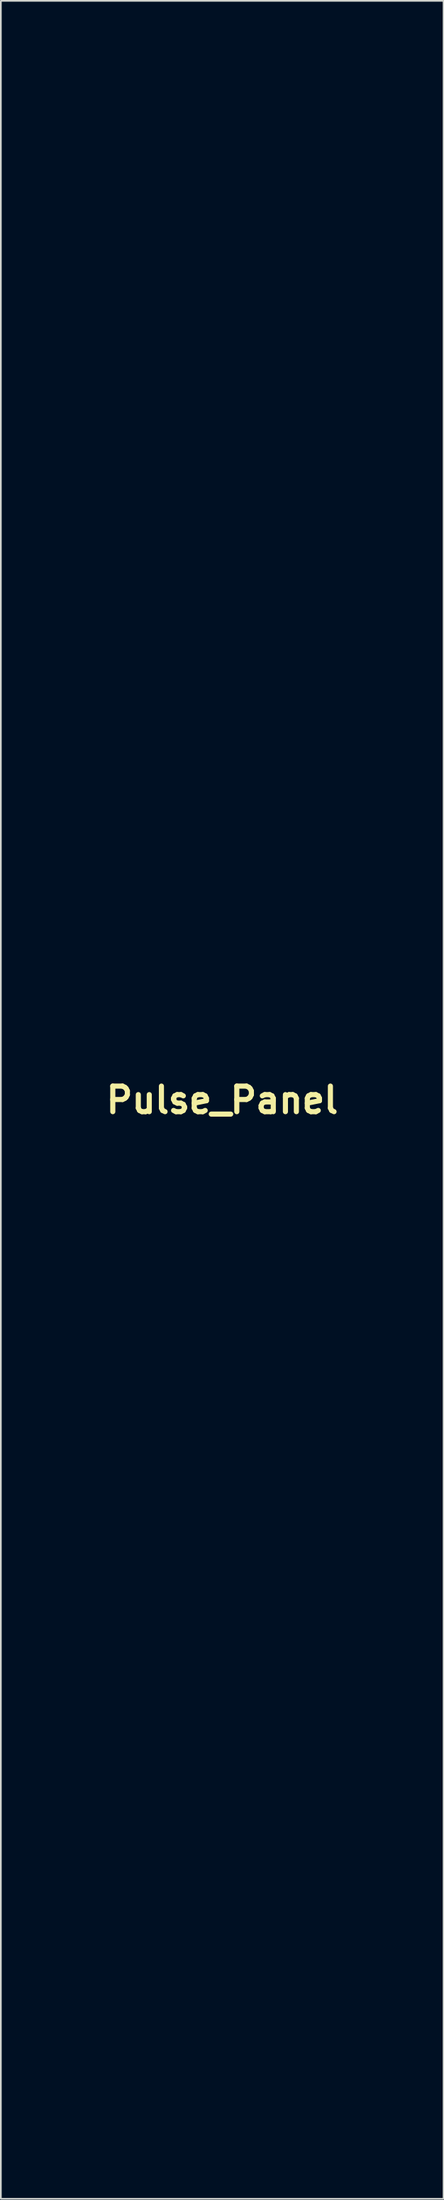
<source format=kicad_pcb>
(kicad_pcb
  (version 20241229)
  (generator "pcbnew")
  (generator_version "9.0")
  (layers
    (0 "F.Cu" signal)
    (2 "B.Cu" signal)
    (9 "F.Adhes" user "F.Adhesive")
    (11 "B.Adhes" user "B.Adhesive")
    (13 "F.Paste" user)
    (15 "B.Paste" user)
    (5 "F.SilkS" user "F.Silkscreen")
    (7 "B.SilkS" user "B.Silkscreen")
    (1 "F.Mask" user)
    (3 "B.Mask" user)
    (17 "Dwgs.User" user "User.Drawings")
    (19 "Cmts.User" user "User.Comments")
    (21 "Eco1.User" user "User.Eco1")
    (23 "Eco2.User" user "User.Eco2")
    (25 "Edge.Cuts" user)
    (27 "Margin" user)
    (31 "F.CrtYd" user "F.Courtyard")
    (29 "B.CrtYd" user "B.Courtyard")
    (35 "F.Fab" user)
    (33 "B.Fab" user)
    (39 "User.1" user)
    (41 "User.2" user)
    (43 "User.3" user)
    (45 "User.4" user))
  (footprint "Pulse_Panel"
    (layer "F.Cu")
    (at 10.005 61.483)
    (property "Reference" "Pulse_Panel" (at 0 0 0) (layer "F.SilkS") (effects (font (size 1.5 1.5) (thickness 0.3))))
    (attr board_only exclude_from_pos_files exclude_from_bom)
    (fp_poly (pts (xy -7.488 20.172) (xy -7.488 20.333) (xy -8.327 20.333) (xy -9.166 20.333) (xy -9.166 20.172) (xy -9.166 20.01) (xy -8.327 20.01) (xy -7.488 20.01)) (stroke (width 0) (type solid)) (fill yes) (layer "F.Mask"))
    (fp_poly (pts (xy -7.488 31.597) (xy -7.488 31.758) (xy -8.327 31.758) (xy -9.166 31.758) (xy -9.166 31.597) (xy -9.166 31.435) (xy -8.327 31.435) (xy -7.488 31.435)) (stroke (width 0) (type solid)) (fill yes) (layer "F.Mask"))
    (fp_poly (pts (xy -6.778 -17.073) (xy -6.778 -16.912) (xy -7.617 -16.912) (xy -8.456 -16.912) (xy -8.456 -17.073) (xy -8.456 -17.235) (xy -7.617 -17.235) (xy -6.778 -17.235)) (stroke (width 0) (type solid)) (fill yes) (layer "F.Mask"))
    (fp_poly (pts (xy -5.809 -10.134) (xy -5.809 -9.973) (xy -6.649 -9.973) (xy -7.488 -9.973) (xy -7.488 -10.134) (xy -7.488 -10.296) (xy -6.649 -10.296) (xy -5.809 -10.296)) (stroke (width 0) (type solid)) (fill yes) (layer "F.Mask"))
    (fp_poly (pts (xy -5.003 -61.257) (xy -5.003 -61.031) (xy -7.504 -61.031) (xy -10.005 -61.031) (xy -10.005 -61.257) (xy -10.005 -61.483) (xy -7.504 -61.483) (xy -5.003 -61.483)) (stroke (width 0) (type solid)) (fill yes) (layer "F.Mask"))
    (fp_poly (pts (xy -5.003 61.225) (xy -5.003 61.451) (xy -7.504 61.451) (xy -10.005 61.451) (xy -10.005 61.225) (xy -10.005 60.999) (xy -7.504 60.999) (xy -5.003 60.999)) (stroke (width 0) (type solid)) (fill yes) (layer "F.Mask"))
    (fp_poly (pts (xy 1.194 31.597) (xy 1.194 32.436) (xy 1.001 32.436) (xy 0.807 32.436) (xy 0.807 31.597) (xy 0.807 30.758) (xy 1.001 30.758) (xy 1.194 30.758)) (stroke (width 0) (type solid)) (fill yes) (layer "F.Mask"))
    (fp_poly (pts (xy 10.005 -61.257) (xy 10.005 -61.031) (xy 4.97 -61.031) (xy -0.065 -61.031) (xy -0.065 -61.257) (xy -0.065 -61.483) (xy 4.97 -61.483) (xy 10.005 -61.483)) (stroke (width 0) (type solid)) (fill yes) (layer "F.Mask"))
    (fp_poly (pts (xy 10.005 61.225) (xy 10.005 61.451) (xy 4.97 61.451) (xy -0.065 61.451) (xy -0.065 61.225) (xy -0.065 60.999) (xy 4.97 60.999) (xy 10.005 60.999)) (stroke (width 0) (type solid)) (fill yes) (layer "F.Mask"))
    (fp_poly (pts (xy -2.001 -30.048) (xy -2.001 -29.37) (xy -1.372 -29.37) (xy -0.742 -29.37) (xy -0.742 -29.208) (xy -0.742 -29.047) (xy -1.565 -29.047) (xy -2.388 -29.047) (xy -2.388 -29.886) (xy -2.388 -30.725) (xy -2.195 -30.725) (xy -2.001 -30.725)) (stroke (width 0) (type solid)) (fill yes) (layer "F.Mask"))
    (fp_poly (pts (xy -0.258 -56.916) (xy -0.258 -56.028) (xy 0.597 -56.028) (xy 1.452 -56.028) (xy 1.452 -55.819) (xy 1.452 -55.609) (xy 0.323 -55.609) (xy -0.807 -55.609) (xy -0.807 -56.706) (xy -0.807 -57.804) (xy -0.533 -57.804) (xy -0.258 -57.804)) (stroke (width 0) (type solid)) (fill yes) (layer "F.Mask"))
    (fp_poly (pts (xy 1.646 -30.048) (xy 1.646 -29.37) (xy 2.275 -29.37) (xy 2.905 -29.37) (xy 2.905 -29.208) (xy 2.905 -29.047) (xy 2.082 -29.047) (xy 1.259 -29.047) (xy 1.259 -29.886) (xy 1.259 -30.725) (xy 1.452 -30.725) (xy 1.646 -30.725)) (stroke (width 0) (type solid)) (fill yes) (layer "F.Mask"))
    (fp_poly (pts (xy -1.678 30.903) (xy -1.678 31.048) (xy -2.066 31.048) (xy -2.453 31.048) (xy -2.453 31.742) (xy -2.453 32.436) (xy -2.647 32.436) (xy -2.84 32.436) (xy -2.84 31.742) (xy -2.84 31.048) (xy -3.227 31.048) (xy -3.615 31.048) (xy -3.615 30.903) (xy -3.615 30.758) (xy -2.647 30.758) (xy -1.678 30.758)) (stroke (width 0) (type solid)) (fill yes) (layer "F.Mask"))
    (fp_poly (pts (xy -1.323 7.149) (xy -1.323 7.294) (xy -1.711 7.294) (xy -2.098 7.294) (xy -2.098 7.988) (xy -2.098 8.682) (xy -2.291 8.682) (xy -2.485 8.682) (xy -2.485 7.988) (xy -2.485 7.294) (xy -2.872 7.294) (xy -3.26 7.294) (xy -3.26 7.149) (xy -3.26 7.004) (xy -2.291 7.004) (xy -1.323 7.004)) (stroke (width 0) (type solid)) (fill yes) (layer "F.Mask"))
    (fp_poly (pts (xy 1.872 19.478) (xy 1.872 19.623) (xy 1.485 19.623) (xy 1.097 19.623) (xy 1.097 20.317) (xy 1.097 21.011) (xy 0.904 21.011) (xy 0.71 21.011) (xy 0.71 20.317) (xy 0.71 19.623) (xy 0.323 19.623) (xy -0.065 19.623) (xy -0.065 19.478) (xy -0.065 19.332) (xy 0.904 19.332) (xy 1.872 19.332)) (stroke (width 0) (type solid)) (fill yes) (layer "F.Mask"))
    (fp_poly (pts (xy -2.582 35.195) (xy -2.582 35.341) (xy -3.244 35.341) (xy -3.905 35.341) (xy -3.905 35.518) (xy -3.905 35.696) (xy -3.518 35.696) (xy -3.131 35.696) (xy -3.131 35.841) (xy -3.131 35.986) (xy -3.518 35.986) (xy -3.905 35.986) (xy -3.905 36.196) (xy -3.905 36.406) (xy -3.227 36.406) (xy -2.55 36.406) (xy -2.55 36.567) (xy -2.55 36.728) (xy -3.421 36.728) (xy -4.293 36.728) (xy -4.293 35.889) (xy -4.293 35.05) (xy -3.437 35.05) (xy -2.582 35.05)) (stroke (width 0) (type solid)) (fill yes) (layer "F.Mask"))
    (fp_poly (pts (xy -0.678 7.326) (xy -0.678 7.649) (xy -0.065 7.649) (xy 0.549 7.649) (xy 0.549 7.326) (xy 0.549 7.004) (xy 0.742 7.004) (xy 0.936 7.004) (xy 0.936 7.843) (xy 0.936 8.682) (xy 0.742 8.682) (xy 0.549 8.682) (xy 0.549 8.311) (xy 0.549 7.94) (xy -0.065 7.94) (xy -0.678 7.94) (xy -0.678 8.311) (xy -0.678 8.682) (xy -0.871 8.682) (xy -1.065 8.682) (xy -1.065 7.843) (xy -1.065 7.004) (xy -0.871 7.004) (xy -0.678 7.004)) (stroke (width 0) (type solid)) (fill yes) (layer "F.Mask"))
    (fp_poly (pts (xy 2.743 -17.573) (xy 2.743 -17.235) (xy 3.082 -17.235) (xy 3.421 -17.235) (xy 3.421 -17.073) (xy 3.421 -16.912) (xy 3.082 -16.912) (xy 2.743 -16.912) (xy 2.743 -16.573) (xy 2.743 -16.234) (xy 2.582 -16.234) (xy 2.421 -16.234) (xy 2.421 -16.573) (xy 2.421 -16.912) (xy 2.082 -16.912) (xy 1.743 -16.912) (xy 1.743 -17.073) (xy 1.743 -17.235) (xy 2.082 -17.235) (xy 2.421 -17.235) (xy 2.421 -17.573) (xy 2.421 -17.912) (xy 2.582 -17.912) (xy 2.743 -17.912)) (stroke (width 0) (type solid)) (fill yes) (layer "F.Mask"))
    (fp_poly (pts (xy 3.841 19.478) (xy 3.841 19.623) (xy 3.179 19.623) (xy 2.517 19.623) (xy 2.517 19.8) (xy 2.517 19.978) (xy 2.905 19.978) (xy 3.292 19.978) (xy 3.292 20.123) (xy 3.292 20.268) (xy 2.905 20.268) (xy 2.517 20.268) (xy 2.517 20.478) (xy 2.517 20.688) (xy 3.195 20.688) (xy 3.873 20.688) (xy 3.873 20.849) (xy 3.873 21.011) (xy 3.002 21.011) (xy 2.13 21.011) (xy 2.13 20.172) (xy 2.13 19.332) (xy 2.985 19.332) (xy 3.841 19.332)) (stroke (width 0) (type solid)) (fill yes) (layer "F.Mask"))
    (fp_poly (pts (xy 6.81 -10.634) (xy 6.81 -10.296) (xy 7.149 -10.296) (xy 7.488 -10.296) (xy 7.488 -10.134) (xy 7.488 -9.973) (xy 7.149 -9.973) (xy 6.81 -9.973) (xy 6.81 -9.634) (xy 6.81 -9.295) (xy 6.649 -9.295) (xy 6.487 -9.295) (xy 6.487 -9.634) (xy 6.487 -9.973) (xy 6.148 -9.973) (xy 5.809 -9.973) (xy 5.809 -10.134) (xy 5.809 -10.296) (xy 6.148 -10.296) (xy 6.487 -10.296) (xy 6.487 -10.634) (xy 6.487 -10.973) (xy 6.649 -10.973) (xy 6.81 -10.973)) (stroke (width 0) (type solid)) (fill yes) (layer "F.Mask"))
    (fp_poly (pts (xy 7.423 -57.61) (xy 7.423 -57.416) (xy 6.519 -57.416) (xy 5.616 -57.416) (xy 5.616 -57.174) (xy 5.616 -56.932) (xy 6.132 -56.932) (xy 6.649 -56.932) (xy 6.649 -56.755) (xy 6.649 -56.577) (xy 6.132 -56.577) (xy 5.616 -56.577) (xy 5.616 -56.303) (xy 5.616 -56.028) (xy 6.536 -56.028) (xy 7.455 -56.028) (xy 7.455 -55.819) (xy 7.455 -55.609) (xy 6.261 -55.609) (xy 5.067 -55.609) (xy 5.067 -56.706) (xy 5.067 -57.804) (xy 6.245 -57.804) (xy 7.423 -57.804)) (stroke (width 0) (type solid)) (fill yes) (layer "F.Mask"))
    (fp_poly (pts (xy 8.488 19.671) (xy 8.488 20.01) (xy 8.827 20.01) (xy 9.166 20.01) (xy 9.166 20.172) (xy 9.166 20.333) (xy 8.827 20.333) (xy 8.488 20.333) (xy 8.488 20.672) (xy 8.488 21.011) (xy 8.327 21.011) (xy 8.165 21.011) (xy 8.165 20.672) (xy 8.165 20.333) (xy 7.827 20.333) (xy 7.488 20.333) (xy 7.488 20.172) (xy 7.488 20.01) (xy 7.827 20.01) (xy 8.165 20.01) (xy 8.165 19.671) (xy 8.165 19.332) (xy 8.327 19.332) (xy 8.488 19.332)) (stroke (width 0) (type solid)) (fill yes) (layer "F.Mask"))
    (fp_poly (pts (xy 8.488 31.096) (xy 8.488 31.435) (xy 8.827 31.435) (xy 9.166 31.435) (xy 9.166 31.597) (xy 9.166 31.758) (xy 8.827 31.758) (xy 8.488 31.758) (xy 8.488 32.097) (xy 8.488 32.436) (xy 8.327 32.436) (xy 8.165 32.436) (xy 8.165 32.097) (xy 8.165 31.758) (xy 7.827 31.758) (xy 7.488 31.758) (xy 7.488 31.597) (xy 7.488 31.435) (xy 7.827 31.435) (xy 8.165 31.435) (xy 8.165 31.096) (xy 8.165 30.758) (xy 8.327 30.758) (xy 8.488 30.758)) (stroke (width 0) (type solid)) (fill yes) (layer "F.Mask"))
    (fp_poly (pts (xy -0.355 35.889) (xy -0.355 36.728) (xy -0.494 36.728) (xy -0.538 36.727) (xy -0.58 36.718) (xy -0.628 36.699) (xy -0.687 36.663) (xy -0.765 36.607) (xy -0.868 36.525) (xy -1.003 36.413) (xy -1.177 36.267) (xy -1.293 36.169) (xy -1.953 35.609) (xy -1.961 36.169) (xy -1.97 36.728) (xy -2.147 36.728) (xy -2.324 36.728) (xy -2.324 35.889) (xy -2.324 35.05) (xy -2.187 35.05) (xy -2.143 35.052) (xy -2.101 35.061) (xy -2.053 35.081) (xy -1.993 35.118) (xy -1.913 35.175) (xy -1.808 35.258) (xy -1.671 35.372) (xy -1.494 35.52) (xy -1.388 35.61) (xy -0.726 36.17) (xy -0.717 35.61) (xy -0.709 35.05) (xy -0.532 35.05) (xy -0.355 35.05)) (stroke (width 0) (type solid)) (fill yes) (layer "F.Mask"))
    (fp_poly (pts (xy -3.613 -17.313) (xy -3.283 -16.714) (xy -3.189 -16.885) (xy -3.139 -16.977) (xy -3.068 -17.11) (xy -2.983 -17.269) (xy -2.894 -17.436) (xy -2.868 -17.485) (xy -2.642 -17.912) (xy -2.447 -17.912) (xy -2.335 -17.908) (xy -2.278 -17.896) (xy -2.269 -17.872) (xy -2.288 -17.834) (xy -2.335 -17.747) (xy -2.404 -17.619) (xy -2.491 -17.457) (xy -2.593 -17.27) (xy -2.706 -17.064) (xy -2.718 -17.041) (xy -3.151 -16.25) (xy -3.294 -16.241) (xy -3.437 -16.231) (xy -3.905 -17.045) (xy -4.025 -17.254) (xy -4.134 -17.444) (xy -4.228 -17.61) (xy -4.304 -17.743) (xy -4.357 -17.836) (xy -4.382 -17.883) (xy -4.384 -17.886) (xy -4.36 -17.899) (xy -4.287 -17.908) (xy -4.18 -17.912) (xy -4.169 -17.912) (xy -3.944 -17.912)) (stroke (width 0) (type solid)) (fill yes) (layer "F.Mask"))
    (fp_poly (pts (xy -0.354 -30.126) (xy -0.023 -29.527) (xy 0.071 -29.698) (xy 0.121 -29.79) (xy 0.192 -29.923) (xy 0.277 -30.082) (xy 0.366 -30.249) (xy 0.391 -30.298) (xy 0.618 -30.725) (xy 0.812 -30.725) (xy 0.925 -30.721) (xy 0.982 -30.709) (xy 0.991 -30.685) (xy 0.971 -30.647) (xy 0.925 -30.56) (xy 0.856 -30.432) (xy 0.768 -30.27) (xy 0.666 -30.083) (xy 0.554 -29.877) (xy 0.541 -29.854) (xy 0.108 -29.063) (xy -0.035 -29.054) (xy -0.178 -29.044) (xy -0.646 -29.858) (xy -0.765 -30.067) (xy -0.874 -30.257) (xy -0.969 -30.423) (xy -1.044 -30.556) (xy -1.097 -30.649) (xy -1.123 -30.696) (xy -1.124 -30.699) (xy -1.1 -30.712) (xy -1.027 -30.721) (xy -0.92 -30.725) (xy -0.91 -30.725) (xy -0.684 -30.725)) (stroke (width 0) (type solid)) (fill yes) (layer "F.Mask"))
    (fp_poly (pts (xy 6.585 -17.313) (xy 6.916 -16.714) (xy 7.01 -16.885) (xy 7.06 -16.977) (xy 7.131 -17.11) (xy 7.216 -17.269) (xy 7.305 -17.436) (xy 7.33 -17.485) (xy 7.557 -17.912) (xy 7.751 -17.912) (xy 7.864 -17.908) (xy 7.921 -17.896) (xy 7.93 -17.872) (xy 7.91 -17.834) (xy 7.864 -17.747) (xy 7.795 -17.619) (xy 7.707 -17.457) (xy 7.605 -17.27) (xy 7.493 -17.064) (xy 7.48 -17.041) (xy 7.047 -16.25) (xy 6.904 -16.241) (xy 6.761 -16.231) (xy 6.293 -17.045) (xy 6.174 -17.254) (xy 6.065 -17.444) (xy 5.97 -17.61) (xy 5.895 -17.743) (xy 5.842 -17.836) (xy 5.816 -17.883) (xy 5.815 -17.886) (xy 5.839 -17.899) (xy 5.912 -17.908) (xy 6.019 -17.912) (xy 6.029 -17.912) (xy 6.255 -17.912)) (stroke (width 0) (type solid)) (fill yes) (layer "F.Mask"))
    (fp_poly (pts (xy -0.761 19.333) (xy -0.565 19.334) (xy -0.092 20.173) (xy 0.381 21.011) (xy 0.159 21.011) (xy -0.064 21.011) (xy -0.161 20.817) (xy -0.259 20.623) (xy -0.785 20.623) (xy -1.311 20.623) (xy -1.404 20.817) (xy -1.496 21.011) (xy -1.698 21.011) (xy -1.9 21.011) (xy -1.641 20.551) (xy -1.531 20.355) (xy -1.505 20.308) (xy -1.124 20.308) (xy -1.099 20.318) (xy -1.021 20.326) (xy -0.904 20.331) (xy -0.779 20.333) (xy -0.423 20.333) (xy -0.571 20.051) (xy -0.638 19.925) (xy -0.698 19.82) (xy -0.741 19.748) (xy -0.756 19.728) (xy -0.78 19.723) (xy -0.816 19.756) (xy -0.868 19.835) (xy -0.941 19.964) (xy -0.953 19.986) (xy -1.02 20.111) (xy -1.076 20.216) (xy -1.113 20.286) (xy -1.124 20.308) (xy -1.505 20.308) (xy -1.411 20.141) (xy -1.293 19.932) (xy -1.191 19.75) (xy -1.17 19.712) (xy -0.957 19.332)) (stroke (width 0) (type solid)) (fill yes) (layer "F.Mask"))
    (fp_poly (pts (xy -3.389 -56.916) (xy -3.389 -56.028) (xy -2.647 -56.028) (xy -1.904 -56.028) (xy -1.904 -56.916) (xy -1.904 -57.804) (xy -1.63 -57.804) (xy -1.356 -57.804) (xy -1.356 -56.843) (xy -1.356 -56.567) (xy -1.357 -56.348) (xy -1.359 -56.179) (xy -1.363 -56.051) (xy -1.369 -55.957) (xy -1.378 -55.89) (xy -1.39 -55.841) (xy -1.405 -55.805) (xy -1.419 -55.78) (xy -1.513 -55.683) (xy -1.604 -55.643) (xy -1.674 -55.633) (xy -1.802 -55.625) (xy -1.981 -55.618) (xy -2.204 -55.613) (xy -2.464 -55.611) (xy -2.663 -55.611) (xy -2.947 -55.612) (xy -3.173 -55.614) (xy -3.35 -55.618) (xy -3.485 -55.624) (xy -3.584 -55.632) (xy -3.655 -55.643) (xy -3.706 -55.657) (xy -3.717 -55.661) (xy -3.776 -55.688) (xy -3.824 -55.72) (xy -3.861 -55.763) (xy -3.889 -55.825) (xy -3.909 -55.911) (xy -3.923 -56.03) (xy -3.931 -56.188) (xy -3.936 -56.392) (xy -3.937 -56.648) (xy -3.937 -56.864) (xy -3.937 -57.804) (xy -3.663 -57.804) (xy -3.389 -57.804)) (stroke (width 0) (type solid)) (fill yes) (layer "F.Mask"))
    (fp_poly (pts (xy 3.214 35.057) (xy 3.47 35.06) (xy 3.67 35.063) (xy 3.821 35.067) (xy 3.931 35.072) (xy 4.008 35.08) (xy 4.06 35.09) (xy 4.095 35.104) (xy 4.121 35.123) (xy 4.138 35.14) (xy 4.163 35.166) (xy 4.181 35.197) (xy 4.194 35.239) (xy 4.203 35.304) (xy 4.208 35.399) (xy 4.211 35.535) (xy 4.212 35.719) (xy 4.212 35.889) (xy 4.212 36.115) (xy 4.21 36.285) (xy 4.207 36.408) (xy 4.201 36.494) (xy 4.191 36.552) (xy 4.177 36.591) (xy 4.157 36.619) (xy 4.138 36.639) (xy 4.114 36.661) (xy 4.087 36.678) (xy 4.048 36.691) (xy 3.99 36.701) (xy 3.905 36.708) (xy 3.785 36.713) (xy 3.622 36.716) (xy 3.408 36.72) (xy 3.214 36.722) (xy 2.363 36.731) (xy 2.271 36.652) (xy 2.179 36.573) (xy 2.179 35.889) (xy 2.179 35.873) (xy 2.55 35.873) (xy 2.55 36.406) (xy 3.195 36.406) (xy 3.841 36.406) (xy 3.841 35.873) (xy 3.841 35.341) (xy 3.195 35.341) (xy 2.55 35.341) (xy 2.55 35.873) (xy 2.179 35.873) (xy 2.179 35.206) (xy 2.271 35.126) (xy 2.363 35.047)) (stroke (width 0) (type solid)) (fill yes) (layer "F.Mask"))
    (fp_poly (pts (xy -5.26 -17.91) (xy -5.055 -17.906) (xy -4.904 -17.898) (xy -4.803 -17.887) (xy -4.746 -17.871) (xy -4.744 -17.871) (xy -4.67 -17.8) (xy -4.615 -17.682) (xy -4.587 -17.534) (xy -4.585 -17.487) (xy -4.587 -17.42) (xy -4.605 -17.377) (xy -4.651 -17.35) (xy -4.739 -17.33) (xy -4.849 -17.313) (xy -5.003 -17.292) (xy -5.003 -17.457) (xy -5.003 -17.622) (xy -5.519 -17.622) (xy -6.035 -17.622) (xy -6.035 -17.089) (xy -6.035 -16.557) (xy -5.519 -16.557) (xy -5.003 -16.557) (xy -5.003 -16.737) (xy -5.003 -16.917) (xy -4.865 -16.894) (xy -4.73 -16.868) (xy -4.646 -16.839) (xy -4.602 -16.798) (xy -4.586 -16.736) (xy -4.585 -16.679) (xy -4.603 -16.512) (xy -4.65 -16.378) (xy -4.721 -16.291) (xy -4.744 -16.276) (xy -4.799 -16.26) (xy -4.898 -16.249) (xy -5.047 -16.241) (xy -5.25 -16.236) (xy -5.512 -16.235) (xy -5.525 -16.235) (xy -5.755 -16.235) (xy -5.929 -16.236) (xy -6.057 -16.238) (xy -6.147 -16.244) (xy -6.21 -16.253) (xy -6.252 -16.267) (xy -6.285 -16.287) (xy -6.316 -16.312) (xy -6.406 -16.39) (xy -6.406 -17.073) (xy -6.406 -17.757) (xy -6.316 -17.834) (xy -6.285 -17.86) (xy -6.252 -17.879) (xy -6.209 -17.893) (xy -6.147 -17.902) (xy -6.056 -17.908) (xy -5.928 -17.911) (xy -5.753 -17.912) (xy -5.525 -17.912)) (stroke (width 0) (type solid)) (fill yes) (layer "F.Mask"))
    (fp_poly (pts (xy -0.321 30.759) (xy -0.104 30.762) (xy 0.063 30.769) (xy 0.188 30.782) (xy 0.276 30.8) (xy 0.335 30.824) (xy 0.374 30.857) (xy 0.397 30.899) (xy 0.4 30.904) (xy 0.409 30.962) (xy 0.415 31.067) (xy 0.419 31.199) (xy 0.419 31.341) (xy 0.416 31.474) (xy 0.409 31.58) (xy 0.4 31.642) (xy 0.4 31.644) (xy 0.341 31.712) (xy 0.232 31.761) (xy 0.086 31.787) (xy 0.01 31.79) (xy -0.176 31.79) (xy -0.049 31.895) (xy 0.031 31.961) (xy 0.144 32.053) (xy 0.271 32.156) (xy 0.347 32.218) (xy 0.617 32.436) (xy 0.331 32.436) (xy 0.046 32.436) (xy -0.297 32.113) (xy -0.64 31.79) (xy -0.82 31.79) (xy -1.001 31.79) (xy -1.001 32.113) (xy -1.001 32.436) (xy -1.194 32.436) (xy -1.388 32.436) (xy -1.388 31.597) (xy -1.388 31.274) (xy -1.001 31.274) (xy -1.001 31.5) (xy -0.523 31.5) (xy -0.305 31.498) (xy -0.148 31.49) (xy -0.049 31.478) (xy -0.006 31.461) (xy 0.017 31.407) (xy 0.031 31.316) (xy 0.032 31.274) (xy 0.024 31.176) (xy 0.004 31.103) (xy -0.006 31.087) (xy -0.053 31.069) (xy -0.155 31.057) (xy -0.315 31.05) (xy -0.523 31.048) (xy -1.001 31.048) (xy -1.001 31.274) (xy -1.388 31.274) (xy -1.388 30.758) (xy -0.595 30.758)) (stroke (width 0) (type solid)) (fill yes) (layer "F.Mask"))
    (fp_poly (pts (xy 2.358 7.005) (xy 2.575 7.008) (xy 2.742 7.015) (xy 2.866 7.028) (xy 2.955 7.046) (xy 3.014 7.07) (xy 3.052 7.103) (xy 3.076 7.145) (xy 3.078 7.15) (xy 3.088 7.208) (xy 3.094 7.313) (xy 3.097 7.445) (xy 3.098 7.587) (xy 3.094 7.72) (xy 3.088 7.826) (xy 3.079 7.888) (xy 3.078 7.89) (xy 3.02 7.958) (xy 2.911 8.007) (xy 2.764 8.033) (xy 2.689 8.036) (xy 2.503 8.036) (xy 2.629 8.141) (xy 2.71 8.207) (xy 2.822 8.299) (xy 2.95 8.402) (xy 3.026 8.464) (xy 3.296 8.682) (xy 3.01 8.682) (xy 2.724 8.682) (xy 2.382 8.359) (xy 2.039 8.036) (xy 1.859 8.036) (xy 1.678 8.036) (xy 1.678 8.359) (xy 1.678 8.682) (xy 1.485 8.682) (xy 1.291 8.682) (xy 1.291 7.843) (xy 1.291 7.52) (xy 1.678 7.52) (xy 1.678 7.746) (xy 2.156 7.746) (xy 2.374 7.744) (xy 2.531 7.736) (xy 2.629 7.724) (xy 2.672 7.707) (xy 2.696 7.653) (xy 2.71 7.562) (xy 2.711 7.52) (xy 2.703 7.422) (xy 2.683 7.349) (xy 2.672 7.333) (xy 2.626 7.315) (xy 2.524 7.303) (xy 2.364 7.296) (xy 2.156 7.294) (xy 1.678 7.294) (xy 1.678 7.52) (xy 1.291 7.52) (xy 1.291 7.004) (xy 2.083 7.004)) (stroke (width 0) (type solid)) (fill yes) (layer "F.Mask"))
    (fp_poly (pts (xy 4.939 -17.91) (xy 5.144 -17.906) (xy 5.295 -17.898) (xy 5.396 -17.887) (xy 5.453 -17.871) (xy 5.454 -17.871) (xy 5.529 -17.8) (xy 5.584 -17.682) (xy 5.612 -17.534) (xy 5.614 -17.487) (xy 5.612 -17.42) (xy 5.594 -17.377) (xy 5.547 -17.35) (xy 5.46 -17.33) (xy 5.349 -17.313) (xy 5.196 -17.292) (xy 5.196 -17.457) (xy 5.196 -17.622) (xy 4.68 -17.622) (xy 4.163 -17.622) (xy 4.163 -17.089) (xy 4.163 -16.557) (xy 4.68 -16.557) (xy 5.196 -16.557) (xy 5.196 -16.737) (xy 5.196 -16.917) (xy 5.333 -16.894) (xy 5.469 -16.868) (xy 5.553 -16.839) (xy 5.597 -16.798) (xy 5.613 -16.736) (xy 5.614 -16.679) (xy 5.596 -16.512) (xy 5.549 -16.378) (xy 5.478 -16.291) (xy 5.454 -16.276) (xy 5.4 -16.26) (xy 5.3 -16.249) (xy 5.152 -16.241) (xy 4.949 -16.236) (xy 4.687 -16.235) (xy 4.674 -16.235) (xy 4.444 -16.235) (xy 4.269 -16.236) (xy 4.142 -16.238) (xy 4.051 -16.244) (xy 3.989 -16.253) (xy 3.946 -16.267) (xy 3.914 -16.287) (xy 3.883 -16.312) (xy 3.792 -16.39) (xy 3.792 -17.073) (xy 3.792 -17.757) (xy 3.883 -17.834) (xy 3.914 -17.86) (xy 3.947 -17.879) (xy 3.99 -17.893) (xy 4.052 -17.902) (xy 4.143 -17.908) (xy 4.271 -17.911) (xy 4.446 -17.912) (xy 4.674 -17.912)) (stroke (width 0) (type solid)) (fill yes) (layer "F.Mask"))
    (fp_poly (pts (xy 5.65 35.051) (xy 5.867 35.055) (xy 6.034 35.062) (xy 6.158 35.074) (xy 6.247 35.092) (xy 6.306 35.117) (xy 6.344 35.15) (xy 6.368 35.191) (xy 6.37 35.197) (xy 6.38 35.255) (xy 6.386 35.359) (xy 6.389 35.491) (xy 6.39 35.633) (xy 6.386 35.766) (xy 6.38 35.873) (xy 6.371 35.934) (xy 6.37 35.936) (xy 6.312 36.004) (xy 6.203 36.054) (xy 6.056 36.08) (xy 5.981 36.083) (xy 5.795 36.083) (xy 5.921 36.188) (xy 6.002 36.254) (xy 6.114 36.346) (xy 6.242 36.449) (xy 6.318 36.51) (xy 6.588 36.728) (xy 6.302 36.728) (xy 6.016 36.728) (xy 5.674 36.406) (xy 5.331 36.083) (xy 5.151 36.083) (xy 4.97 36.083) (xy 4.97 36.406) (xy 4.97 36.728) (xy 4.777 36.728) (xy 4.583 36.728) (xy 4.583 35.889) (xy 4.583 35.566) (xy 4.97 35.566) (xy 4.97 35.792) (xy 5.448 35.792) (xy 5.666 35.79) (xy 5.823 35.783) (xy 5.921 35.77) (xy 5.964 35.754) (xy 5.988 35.7) (xy 6.002 35.609) (xy 6.003 35.566) (xy 5.995 35.469) (xy 5.975 35.396) (xy 5.964 35.379) (xy 5.918 35.362) (xy 5.816 35.35) (xy 5.656 35.343) (xy 5.448 35.341) (xy 4.97 35.341) (xy 4.97 35.566) (xy 4.583 35.566) (xy 4.583 35.05) (xy 5.375 35.05)) (stroke (width 0) (type solid)) (fill yes) (layer "F.Mask"))
    (fp_poly (pts (xy -6.076 -58.287) (xy -5.756 -58.287) (xy -5.494 -58.286) (xy -5.284 -58.284) (xy -5.118 -58.281) (xy -4.99 -58.277) (xy -4.894 -58.271) (xy -4.822 -58.263) (xy -4.768 -58.252) (xy -4.725 -58.239) (xy -4.69 -58.225) (xy -4.601 -58.178) (xy -4.536 -58.121) (xy -4.49 -58.046) (xy -4.461 -57.941) (xy -4.445 -57.797) (xy -4.438 -57.604) (xy -4.438 -57.481) (xy -4.441 -57.258) (xy -4.451 -57.09) (xy -4.473 -56.966) (xy -4.51 -56.877) (xy -4.565 -56.812) (xy -4.641 -56.761) (xy -4.69 -56.737) (xy -4.734 -56.719) (xy -4.784 -56.705) (xy -4.848 -56.694) (xy -4.934 -56.686) (xy -5.049 -56.681) (xy -5.202 -56.677) (xy -5.4 -56.676) (xy -5.652 -56.675) (xy -5.769 -56.675) (xy -6.713 -56.674) (xy -6.713 -56.141) (xy -6.713 -55.609) (xy -7.02 -55.609) (xy -7.326 -55.609) (xy -7.326 -56.948) (xy -7.326 -57.481) (xy -6.713 -57.481) (xy -6.713 -57.123) (xy -5.924 -57.132) (xy -5.659 -57.136) (xy -5.452 -57.142) (xy -5.298 -57.149) (xy -5.191 -57.158) (xy -5.124 -57.17) (xy -5.093 -57.184) (xy -5.093 -57.184) (xy -5.07 -57.24) (xy -5.056 -57.339) (xy -5.05 -57.462) (xy -5.053 -57.588) (xy -5.065 -57.697) (xy -5.085 -57.767) (xy -5.093 -57.778) (xy -5.124 -57.792) (xy -5.19 -57.804) (xy -5.297 -57.813) (xy -5.45 -57.82) (xy -5.657 -57.825) (xy -5.921 -57.829) (xy -5.924 -57.829) (xy -6.713 -57.839) (xy -6.713 -57.481) (xy -7.326 -57.481) (xy -7.326 -58.288)) (stroke (width 0) (type solid)) (fill yes) (layer "F.Mask"))
    (fp_poly (pts (xy -2.824 19.333) (xy -2.61 19.336) (xy -2.446 19.344) (xy -2.325 19.357) (xy -2.238 19.378) (xy -2.179 19.407) (xy -2.141 19.447) (xy -2.115 19.5) (xy -2.1 19.55) (xy -2.075 19.64) (xy -2.068 19.699) (xy -2.088 19.736) (xy -2.145 19.761) (xy -2.249 19.783) (xy -2.364 19.803) (xy -2.443 19.813) (xy -2.477 19.799) (xy -2.485 19.748) (xy -2.485 19.723) (xy -2.485 19.623) (xy -3.082 19.623) (xy -3.679 19.623) (xy -3.679 20.155) (xy -3.679 20.688) (xy -3.082 20.688) (xy -2.485 20.688) (xy -2.485 20.51) (xy -2.485 20.333) (xy -2.792 20.333) (xy -3.098 20.333) (xy -3.098 20.188) (xy -3.098 20.042) (xy -2.578 20.042) (xy -2.058 20.042) (xy -2.073 20.422) (xy -2.081 20.577) (xy -2.092 20.712) (xy -2.103 20.811) (xy -2.113 20.859) (xy -2.138 20.903) (xy -2.175 20.939) (xy -2.232 20.965) (xy -2.315 20.985) (xy -2.433 20.998) (xy -2.593 21.006) (xy -2.801 21.009) (xy -3.066 21.011) (xy -3.095 21.011) (xy -3.338 21.011) (xy -3.525 21.01) (xy -3.664 21.007) (xy -3.765 21.002) (xy -3.835 20.994) (xy -3.882 20.983) (xy -3.917 20.966) (xy -3.946 20.945) (xy -3.96 20.933) (xy -4.05 20.855) (xy -4.05 20.172) (xy -4.05 19.488) (xy -3.96 19.41) (xy -3.93 19.386) (xy -3.899 19.367) (xy -3.859 19.353) (xy -3.8 19.344) (xy -3.715 19.338) (xy -3.594 19.334) (xy -3.43 19.333) (xy -3.214 19.332) (xy -3.095 19.332)) (stroke (width 0) (type solid)) (fill yes) (layer "F.Mask"))
    (fp_poly (pts (xy 2.792 30.758) (xy 3.005 30.762) (xy 3.169 30.769) (xy 3.291 30.782) (xy 3.377 30.803) (xy 3.436 30.832) (xy 3.475 30.873) (xy 3.5 30.925) (xy 3.516 30.975) (xy 3.541 31.065) (xy 3.548 31.124) (xy 3.527 31.162) (xy 3.47 31.187) (xy 3.367 31.208) (xy 3.252 31.228) (xy 3.173 31.238) (xy 3.139 31.224) (xy 3.131 31.174) (xy 3.131 31.148) (xy 3.131 31.048) (xy 2.534 31.048) (xy 1.936 31.048) (xy 1.936 31.581) (xy 1.936 32.113) (xy 2.534 32.113) (xy 3.131 32.113) (xy 3.131 31.936) (xy 3.131 31.758) (xy 2.824 31.758) (xy 2.517 31.758) (xy 2.517 31.613) (xy 2.517 31.468) (xy 3.038 31.468) (xy 3.558 31.468) (xy 3.543 31.847) (xy 3.534 32.002) (xy 3.524 32.137) (xy 3.512 32.236) (xy 3.502 32.284) (xy 3.477 32.329) (xy 3.44 32.364) (xy 3.384 32.39) (xy 3.3 32.41) (xy 3.182 32.423) (xy 3.023 32.431) (xy 2.814 32.435) (xy 2.55 32.436) (xy 2.521 32.436) (xy 2.278 32.436) (xy 2.091 32.435) (xy 1.951 32.432) (xy 1.851 32.428) (xy 1.781 32.42) (xy 1.733 32.408) (xy 1.699 32.392) (xy 1.67 32.37) (xy 1.656 32.358) (xy 1.565 32.28) (xy 1.565 31.597) (xy 1.565 30.913) (xy 1.656 30.835) (xy 1.686 30.811) (xy 1.717 30.792) (xy 1.757 30.779) (xy 1.816 30.769) (xy 1.901 30.763) (xy 2.022 30.76) (xy 2.186 30.758) (xy 2.402 30.758) (xy 2.521 30.758)) (stroke (width 0) (type solid)) (fill yes) (layer "F.Mask"))
    (fp_poly (pts (xy -5.577 35.057) (xy -5.512 35.058) (xy -5.263 35.061) (xy -5.072 35.067) (xy -4.929 35.077) (xy -4.827 35.094) (xy -4.758 35.12) (xy -4.714 35.157) (xy -4.687 35.209) (xy -4.67 35.277) (xy -4.662 35.316) (xy -4.655 35.388) (xy -4.672 35.436) (xy -4.724 35.47) (xy -4.822 35.499) (xy -4.898 35.516) (xy -4.969 35.528) (xy -4.997 35.508) (xy -5.003 35.444) (xy -5.003 35.44) (xy -5.003 35.341) (xy -5.551 35.341) (xy -6.1 35.341) (xy -6.1 35.534) (xy -6.1 35.728) (xy -5.468 35.728) (xy -4.836 35.728) (xy -4.742 35.822) (xy -4.697 35.871) (xy -4.669 35.918) (xy -4.654 35.98) (xy -4.649 36.075) (xy -4.648 36.208) (xy -4.653 36.393) (xy -4.672 36.525) (xy -4.707 36.615) (xy -4.762 36.672) (xy -4.798 36.693) (xy -4.864 36.707) (xy -4.981 36.718) (xy -5.138 36.725) (xy -5.322 36.729) (xy -5.522 36.73) (xy -5.726 36.728) (xy -5.92 36.722) (xy -6.095 36.714) (xy -6.236 36.702) (xy -6.333 36.688) (xy -6.366 36.678) (xy -6.44 36.611) (xy -6.473 36.542) (xy -6.499 36.417) (xy -6.507 36.341) (xy -6.489 36.3) (xy -6.434 36.28) (xy -6.334 36.265) (xy -6.302 36.261) (xy -6.203 36.249) (xy -6.153 36.253) (xy -6.135 36.276) (xy -6.132 36.322) (xy -6.132 36.406) (xy -5.567 36.406) (xy -5.003 36.406) (xy -5.003 36.228) (xy -5.003 36.051) (xy -5.608 36.05) (xy -5.847 36.049) (xy -6.029 36.044) (xy -6.165 36.033) (xy -6.261 36.014) (xy -6.326 35.986) (xy -6.37 35.946) (xy -6.399 35.892) (xy -6.413 35.856) (xy -6.44 35.726) (xy -6.45 35.564) (xy -6.443 35.399) (xy -6.418 35.262) (xy -6.413 35.245) (xy -6.389 35.185) (xy -6.358 35.138) (xy -6.311 35.104) (xy -6.242 35.08) (xy -6.142 35.065) (xy -6.003 35.058) (xy -5.818 35.055)) (stroke (width 0) (type solid)) (fill yes) (layer "F.Mask"))
    (fp_poly (pts (xy 0.91 35.057) (xy 0.975 35.058) (xy 1.224 35.061) (xy 1.415 35.067) (xy 1.558 35.077) (xy 1.66 35.094) (xy 1.729 35.12) (xy 1.773 35.157) (xy 1.8 35.209) (xy 1.817 35.277) (xy 1.825 35.316) (xy 1.832 35.388) (xy 1.816 35.436) (xy 1.763 35.47) (xy 1.665 35.499) (xy 1.59 35.516) (xy 1.518 35.528) (xy 1.49 35.508) (xy 1.485 35.444) (xy 1.485 35.44) (xy 1.485 35.341) (xy 0.936 35.341) (xy 0.387 35.341) (xy 0.387 35.534) (xy 0.387 35.728) (xy 1.019 35.728) (xy 1.651 35.728) (xy 1.745 35.822) (xy 1.79 35.871) (xy 1.818 35.918) (xy 1.833 35.98) (xy 1.839 36.075) (xy 1.84 36.208) (xy 1.834 36.393) (xy 1.815 36.525) (xy 1.78 36.615) (xy 1.725 36.672) (xy 1.689 36.693) (xy 1.624 36.707) (xy 1.506 36.718) (xy 1.349 36.725) (xy 1.165 36.729) (xy 0.965 36.73) (xy 0.761 36.728) (xy 0.567 36.722) (xy 0.393 36.714) (xy 0.251 36.702) (xy 0.154 36.688) (xy 0.121 36.678) (xy 0.048 36.611) (xy 0.015 36.542) (xy -0.012 36.417) (xy -0.02 36.341) (xy -0.001 36.3) (xy 0.053 36.28) (xy 0.153 36.265) (xy 0.186 36.261) (xy 0.284 36.249) (xy 0.334 36.253) (xy 0.352 36.276) (xy 0.355 36.322) (xy 0.355 36.406) (xy 0.92 36.406) (xy 1.485 36.406) (xy 1.485 36.228) (xy 1.485 36.051) (xy 0.879 36.05) (xy 0.641 36.049) (xy 0.458 36.044) (xy 0.323 36.033) (xy 0.227 36.014) (xy 0.161 35.986) (xy 0.118 35.946) (xy 0.088 35.892) (xy 0.074 35.856) (xy 0.047 35.726) (xy 0.037 35.564) (xy 0.045 35.399) (xy 0.069 35.262) (xy 0.074 35.245) (xy 0.099 35.185) (xy 0.13 35.138) (xy 0.176 35.104) (xy 0.245 35.08) (xy 0.345 35.065) (xy 0.484 35.058) (xy 0.669 35.055)) (stroke (width 0) (type solid)) (fill yes) (layer "F.Mask"))
    (fp_poly (pts (xy 3.574 -57.803) (xy 3.806 -57.8) (xy 3.987 -57.794) (xy 4.127 -57.783) (xy 4.231 -57.767) (xy 4.307 -57.745) (xy 4.363 -57.714) (xy 4.405 -57.674) (xy 4.442 -57.625) (xy 4.48 -57.531) (xy 4.5 -57.412) (xy 4.501 -57.39) (xy 4.502 -57.242) (xy 4.309 -57.202) (xy 4.177 -57.175) (xy 4.096 -57.164) (xy 4.054 -57.173) (xy 4.037 -57.205) (xy 4.034 -57.263) (xy 4.034 -57.271) (xy 4.034 -57.384) (xy 3.292 -57.384) (xy 2.55 -57.384) (xy 2.55 -57.158) (xy 2.55 -56.932) (xy 3.374 -56.932) (xy 3.678 -56.931) (xy 3.923 -56.927) (xy 4.117 -56.915) (xy 4.265 -56.892) (xy 4.373 -56.855) (xy 4.447 -56.8) (xy 4.494 -56.723) (xy 4.52 -56.621) (xy 4.532 -56.491) (xy 4.535 -56.328) (xy 4.535 -56.271) (xy 4.531 -56.069) (xy 4.517 -55.92) (xy 4.488 -55.814) (xy 4.441 -55.74) (xy 4.372 -55.686) (xy 4.307 -55.655) (xy 4.239 -55.64) (xy 4.117 -55.628) (xy 3.951 -55.619) (xy 3.752 -55.612) (xy 3.531 -55.608) (xy 3.297 -55.606) (xy 3.062 -55.607) (xy 2.835 -55.611) (xy 2.627 -55.617) (xy 2.449 -55.625) (xy 2.311 -55.637) (xy 2.223 -55.65) (xy 2.205 -55.656) (xy 2.093 -55.732) (xy 2.02 -55.849) (xy 1.981 -56.015) (xy 1.98 -56.02) (xy 1.961 -56.18) (xy 2.102 -56.202) (xy 2.218 -56.221) (xy 2.328 -56.239) (xy 2.348 -56.243) (xy 2.417 -56.251) (xy 2.446 -56.231) (xy 2.453 -56.167) (xy 2.453 -56.145) (xy 2.453 -56.028) (xy 3.26 -56.028) (xy 4.067 -56.028) (xy 4.067 -56.271) (xy 4.067 -56.513) (xy 3.236 -56.513) (xy 2.953 -56.513) (xy 2.728 -56.517) (xy 2.553 -56.524) (xy 2.419 -56.537) (xy 2.32 -56.558) (xy 2.248 -56.587) (xy 2.196 -56.626) (xy 2.156 -56.677) (xy 2.122 -56.739) (xy 2.088 -56.848) (xy 2.069 -56.999) (xy 2.063 -57.169) (xy 2.07 -57.339) (xy 2.092 -57.486) (xy 2.122 -57.578) (xy 2.156 -57.64) (xy 2.195 -57.689) (xy 2.245 -57.728) (xy 2.314 -57.757) (xy 2.409 -57.777) (xy 2.538 -57.79) (xy 2.708 -57.798) (xy 2.925 -57.802) (xy 3.198 -57.803) (xy 3.285 -57.804)) (stroke (width 0) (type solid)) (fill yes) (layer "F.Mask"))
    (fp_poly (pts (xy -4.583 -8.698) (xy -4.421 -8.539) (xy -6.126 -6.827) (xy -6.447 -6.505) (xy -6.725 -6.225) (xy -6.965 -5.983) (xy -7.168 -5.777) (xy -7.339 -5.602) (xy -7.48 -5.456) (xy -7.596 -5.334) (xy -7.689 -5.233) (xy -7.762 -5.15) (xy -7.819 -5.081) (xy -7.863 -5.022) (xy -7.897 -4.971) (xy -7.925 -4.923) (xy -7.949 -4.876) (xy -7.95 -4.873) (xy -7.981 -4.811) (xy -8.009 -4.754) (xy -8.034 -4.699) (xy -8.056 -4.643) (xy -8.076 -4.581) (xy -8.093 -4.51) (xy -8.107 -4.426) (xy -8.12 -4.327) (xy -8.13 -4.207) (xy -8.139 -4.064) (xy -8.146 -3.894) (xy -8.152 -3.694) (xy -8.156 -3.459) (xy -8.159 -3.187) (xy -8.162 -2.873) (xy -8.163 -2.514) (xy -8.164 -2.106) (xy -8.164 -1.646) (xy -8.164 -1.131) (xy -8.164 -0.555) (xy -8.164 -0.307) (xy -8.164 0.294) (xy -8.164 0.833) (xy -8.164 1.315) (xy -8.163 1.743) (xy -8.162 2.121) (xy -8.16 2.453) (xy -8.158 2.741) (xy -8.154 2.991) (xy -8.149 3.205) (xy -8.142 3.386) (xy -8.134 3.54) (xy -8.124 3.668) (xy -8.113 3.775) (xy -8.099 3.865) (xy -8.083 3.94) (xy -8.065 4.005) (xy -8.044 4.064) (xy -8.02 4.119) (xy -7.993 4.175) (xy -7.963 4.234) (xy -7.95 4.26) (xy -7.922 4.316) (xy -7.89 4.37) (xy -7.851 4.429) (xy -7.8 4.494) (xy -7.734 4.572) (xy -7.65 4.667) (xy -7.542 4.782) (xy -7.407 4.922) (xy -7.242 5.092) (xy -7.041 5.295) (xy -6.802 5.536) (xy -6.594 5.745) (xy -6.358 5.982) (xy -6.135 6.208) (xy -5.928 6.418) (xy -5.743 6.607) (xy -5.583 6.772) (xy -5.454 6.906) (xy -5.359 7.007) (xy -5.303 7.069) (xy -5.291 7.084) (xy -5.174 7.281) (xy -5.064 7.513) (xy -4.975 7.748) (xy -4.97 7.762) (xy -4.941 7.865) (xy -4.919 7.974) (xy -4.903 8.101) (xy -4.892 8.262) (xy -4.883 8.47) (xy -4.882 8.528) (xy -4.865 9.068) (xy -4.49 8.597) (xy -4.115 8.127) (xy -4.106 8.47) (xy -4.097 8.812) (xy -4.584 9.425) (xy -4.721 9.595) (xy -4.845 9.747) (xy -4.951 9.874) (xy -5.032 9.969) (xy -5.084 10.025) (xy -5.099 10.037) (xy -5.126 10.013) (xy -5.187 9.945) (xy -5.276 9.84) (xy -5.388 9.705) (xy -5.516 9.547) (xy -5.614 9.425) (xy -6.102 8.812) (xy -6.093 8.47) (xy -6.084 8.127) (xy -5.705 8.603) (xy -5.325 9.078) (xy -5.326 8.662) (xy -5.334 8.362) (xy -5.361 8.109) (xy -5.41 7.887) (xy -5.482 7.679) (xy -5.54 7.552) (xy -5.569 7.497) (xy -5.601 7.442) (xy -5.64 7.384) (xy -5.691 7.318) (xy -5.756 7.24) (xy -5.841 7.146) (xy -5.949 7.031) (xy -6.083 6.89) (xy -6.249 6.721) (xy -6.45 6.518) (xy -6.689 6.277) (xy -6.897 6.068) (xy -7.133 5.831) (xy -7.356 5.605) (xy -7.562 5.395) (xy -7.748 5.205) (xy -7.907 5.041) (xy -8.037 4.906) (xy -8.132 4.805) (xy -8.188 4.743) (xy -8.2 4.728) (xy -8.323 4.519) (xy -8.437 4.275) (xy -8.525 4.033) (xy -8.601 3.792) (xy -8.601 -0.307) (xy -8.601 -4.405) (xy -8.525 -4.646) (xy -8.401 -4.974) (xy -8.244 -5.265) (xy -8.122 -5.438) (xy -8.075 -5.494) (xy -7.986 -5.59) (xy -7.859 -5.723) (xy -7.699 -5.889) (xy -7.51 -6.084) (xy -7.295 -6.303) (xy -7.059 -6.543) (xy -6.806 -6.798) (xy -6.54 -7.065) (xy -6.361 -7.245) (xy -4.745 -8.858)) (stroke (width 0) (type solid)) (fill yes) (layer "F.Mask"))
    (fp_poly (pts (xy 6.457 -7.245) (xy 6.73 -6.972) (xy 6.992 -6.709) (xy 7.239 -6.459) (xy 7.468 -6.226) (xy 7.675 -6.014) (xy 7.855 -5.829) (xy 8.004 -5.673) (xy 8.118 -5.552) (xy 8.193 -5.47) (xy 8.219 -5.438) (xy 8.404 -5.159) (xy 8.548 -4.857) (xy 8.622 -4.646) (xy 8.698 -4.405) (xy 8.698 -0.307) (xy 8.698 3.792) (xy 8.622 4.033) (xy 8.53 4.285) (xy 8.415 4.528) (xy 8.297 4.728) (xy 8.262 4.769) (xy 8.186 4.851) (xy 8.073 4.969) (xy 7.928 5.119) (xy 7.755 5.297) (xy 7.559 5.497) (xy 7.343 5.716) (xy 7.113 5.947) (xy 6.994 6.068) (xy 6.723 6.34) (xy 6.493 6.571) (xy 6.302 6.766) (xy 6.144 6.928) (xy 6.016 7.061) (xy 5.915 7.171) (xy 5.835 7.261) (xy 5.774 7.335) (xy 5.726 7.399) (xy 5.689 7.456) (xy 5.658 7.51) (xy 5.637 7.552) (xy 5.553 7.745) (xy 5.492 7.94) (xy 5.452 8.153) (xy 5.43 8.398) (xy 5.423 8.691) (xy 5.423 8.694) (xy 5.422 9.143) (xy 5.801 8.667) (xy 6.181 8.192) (xy 6.19 8.534) (xy 6.199 8.877) (xy 5.711 9.489) (xy 5.575 9.66) (xy 5.45 9.812) (xy 5.345 9.939) (xy 5.263 10.034) (xy 5.211 10.09) (xy 5.196 10.102) (xy 5.169 10.078) (xy 5.108 10.01) (xy 5.019 9.905) (xy 4.907 9.77) (xy 4.779 9.612) (xy 4.681 9.489) (xy 4.193 8.877) (xy 4.203 8.534) (xy 4.212 8.192) (xy 4.587 8.662) (xy 4.962 9.133) (xy 4.978 8.56) (xy 4.986 8.336) (xy 4.995 8.164) (xy 5.008 8.029) (xy 5.025 7.92) (xy 5.049 7.821) (xy 5.067 7.762) (xy 5.154 7.528) (xy 5.263 7.296) (xy 5.38 7.096) (xy 5.387 7.084) (xy 5.422 7.043) (xy 5.498 6.962) (xy 5.611 6.843) (xy 5.756 6.693) (xy 5.929 6.516) (xy 6.126 6.315) (xy 6.341 6.097) (xy 6.571 5.865) (xy 6.69 5.745) (xy 6.962 5.472) (xy 7.191 5.241) (xy 7.383 5.047) (xy 7.54 4.885) (xy 7.668 4.751) (xy 7.77 4.642) (xy 7.849 4.552) (xy 7.911 4.477) (xy 7.958 4.414) (xy 7.995 4.357) (xy 8.026 4.302) (xy 8.047 4.26) (xy 8.078 4.198) (xy 8.106 4.141) (xy 8.131 4.086) (xy 8.153 4.029) (xy 8.173 3.967) (xy 8.19 3.896) (xy 8.204 3.813) (xy 8.217 3.713) (xy 8.227 3.594) (xy 8.236 3.451) (xy 8.243 3.281) (xy 8.249 3.081) (xy 8.253 2.846) (xy 8.256 2.573) (xy 8.258 2.259) (xy 8.26 1.9) (xy 8.261 1.493) (xy 8.261 1.033) (xy 8.261 0.517) (xy 8.261 -0.059) (xy 8.261 -0.307) (xy 8.261 -0.907) (xy 8.261 -1.446) (xy 8.261 -1.928) (xy 8.26 -2.356) (xy 8.259 -2.734) (xy 8.257 -3.066) (xy 8.254 -3.355) (xy 8.251 -3.604) (xy 8.246 -3.818) (xy 8.239 -4) (xy 8.231 -4.153) (xy 8.221 -4.281) (xy 8.21 -4.388) (xy 8.196 -4.478) (xy 8.18 -4.554) (xy 8.161 -4.619) (xy 8.14 -4.677) (xy 8.117 -4.732) (xy 8.09 -4.788) (xy 8.06 -4.848) (xy 8.047 -4.873) (xy 8.023 -4.921) (xy 7.995 -4.968) (xy 7.961 -5.019) (xy 7.918 -5.077) (xy 7.862 -5.146) (xy 7.79 -5.228) (xy 7.698 -5.328) (xy 7.584 -5.449) (xy 7.444 -5.594) (xy 7.274 -5.767) (xy 7.073 -5.972) (xy 6.835 -6.212) (xy 6.559 -6.49) (xy 6.24 -6.81) (xy 6.223 -6.827) (xy 4.518 -8.539) (xy 4.68 -8.698) (xy 4.842 -8.858)) (stroke (width 0) (type solid)) (fill yes) (layer "F.Mask"))
    (fp_poly (pts (xy -2.428 -54.958) (xy -1.995 -54.867) (xy -1.575 -54.721) (xy -1.178 -54.524) (xy -0.81 -54.28) (xy -0.477 -53.991) (xy -0.188 -53.66) (xy -0.125 -53.574) (xy 0.014 -53.375) (xy 0.064 -53.45) (xy 0.341 -53.816) (xy 0.66 -54.137) (xy 1.015 -54.411) (xy 1.399 -54.636) (xy 1.808 -54.808) (xy 2.235 -54.925) (xy 2.674 -54.985) (xy 3.12 -54.985) (xy 3.441 -54.946) (xy 3.903 -54.836) (xy 4.336 -54.67) (xy 4.735 -54.451) (xy 5.098 -54.182) (xy 5.421 -53.865) (xy 5.699 -53.502) (xy 5.931 -53.098) (xy 5.942 -53.075) (xy 6.119 -52.634) (xy 6.233 -52.187) (xy 6.282 -51.734) (xy 6.267 -51.277) (xy 6.212 -50.926) (xy 6.176 -50.782) (xy 6.127 -50.618) (xy 6.071 -50.451) (xy 6.013 -50.299) (xy 5.96 -50.178) (xy 5.925 -50.116) (xy 5.887 -50.054) (xy 5.874 -50.018) (xy 5.903 -50.005) (xy 5.98 -49.996) (xy 6.082 -49.993) (xy 6.289 -49.993) (xy 6.543 -50.453) (xy 6.644 -50.634) (xy 6.722 -50.765) (xy 6.782 -50.852) (xy 6.827 -50.902) (xy 6.864 -50.922) (xy 6.869 -50.924) (xy 6.926 -50.924) (xy 6.973 -50.901) (xy 7.019 -50.847) (xy 7.07 -50.751) (xy 7.134 -50.606) (xy 7.154 -50.557) (xy 7.207 -50.43) (xy 7.253 -50.329) (xy 7.285 -50.266) (xy 7.296 -50.252) (xy 7.314 -50.28) (xy 7.344 -50.354) (xy 7.381 -50.46) (xy 7.385 -50.474) (xy 7.427 -50.59) (xy 7.469 -50.683) (xy 7.503 -50.735) (xy 7.504 -50.736) (xy 7.578 -50.761) (xy 7.659 -50.743) (xy 7.718 -50.691) (xy 7.729 -50.662) (xy 7.736 -50.613) (xy 7.749 -50.508) (xy 7.765 -50.356) (xy 7.785 -50.164) (xy 7.808 -49.942) (xy 7.832 -49.698) (xy 7.844 -49.575) (xy 7.875 -49.256) (xy 7.902 -48.998) (xy 7.924 -48.801) (xy 7.941 -48.661) (xy 7.954 -48.577) (xy 7.963 -48.545) (xy 7.97 -48.564) (xy 7.972 -48.632) (xy 7.973 -48.656) (xy 7.975 -48.708) (xy 7.98 -48.819) (xy 7.988 -48.984) (xy 8 -49.198) (xy 8.013 -49.456) (xy 8.029 -49.751) (xy 8.047 -50.08) (xy 8.067 -50.437) (xy 8.088 -50.817) (xy 8.11 -51.214) (xy 8.115 -51.299) (xy 8.141 -51.763) (xy 8.164 -52.168) (xy 8.185 -52.516) (xy 8.202 -52.813) (xy 8.218 -53.062) (xy 8.232 -53.268) (xy 8.244 -53.435) (xy 8.255 -53.566) (xy 8.266 -53.667) (xy 8.276 -53.742) (xy 8.285 -53.794) (xy 8.295 -53.828) (xy 8.305 -53.848) (xy 8.314 -53.856) (xy 8.374 -53.892) (xy 8.423 -53.886) (xy 8.482 -53.842) (xy 8.497 -53.825) (xy 8.511 -53.799) (xy 8.524 -53.757) (xy 8.538 -53.695) (xy 8.552 -53.608) (xy 8.568 -53.489) (xy 8.587 -53.335) (xy 8.608 -53.139) (xy 8.633 -52.897) (xy 8.663 -52.603) (xy 8.698 -52.252) (xy 8.712 -52.107) (xy 8.743 -51.784) (xy 8.773 -51.479) (xy 8.8 -51.199) (xy 8.824 -50.951) (xy 8.844 -50.739) (xy 8.859 -50.571) (xy 8.87 -50.453) (xy 8.875 -50.39) (xy 8.876 -50.382) (xy 8.885 -50.352) (xy 8.911 -50.383) (xy 8.955 -50.474) (xy 9.015 -50.622) (xy 9.016 -50.627) (xy 9.079 -50.769) (xy 9.138 -50.852) (xy 9.2 -50.88) (xy 9.269 -50.859) (xy 9.288 -50.847) (xy 9.318 -50.811) (xy 9.346 -50.742) (xy 9.376 -50.631) (xy 9.409 -50.469) (xy 9.425 -50.382) (xy 9.501 -49.961) (xy 9.753 -49.961) (xy 10.005 -49.961) (xy 10.005 -49.815) (xy 10.005 -49.668) (xy 9.645 -49.677) (xy 9.481 -49.682) (xy 9.368 -49.692) (xy 9.297 -49.714) (xy 9.253 -49.757) (xy 9.226 -49.829) (xy 9.203 -49.939) (xy 9.195 -49.977) (xy 9.158 -50.17) (xy 9.045 -49.855) (xy 8.978 -49.683) (xy 8.92 -49.569) (xy 8.866 -49.506) (xy 8.809 -49.489) (xy 8.745 -49.513) (xy 8.734 -49.52) (xy 8.713 -49.537) (xy 8.695 -49.561) (xy 8.679 -49.601) (xy 8.665 -49.663) (xy 8.65 -49.755) (xy 8.634 -49.884) (xy 8.616 -50.057) (xy 8.593 -50.281) (xy 8.572 -50.498) (xy 8.549 -50.743) (xy 8.525 -50.974) (xy 8.503 -51.179) (xy 8.484 -51.35) (xy 8.469 -51.478) (xy 8.458 -51.552) (xy 8.457 -51.558) (xy 8.431 -51.688) (xy 8.426 -51.542) (xy 8.424 -51.487) (xy 8.418 -51.373) (xy 8.409 -51.205) (xy 8.397 -50.989) (xy 8.383 -50.729) (xy 8.367 -50.431) (xy 8.348 -50.101) (xy 8.329 -49.743) (xy 8.307 -49.363) (xy 8.285 -48.966) (xy 8.282 -48.901) (xy 8.255 -48.43) (xy 8.231 -48.019) (xy 8.21 -47.664) (xy 8.192 -47.363) (xy 8.176 -47.109) (xy 8.161 -46.9) (xy 8.148 -46.732) (xy 8.136 -46.601) (xy 8.125 -46.502) (xy 8.115 -46.431) (xy 8.105 -46.385) (xy 8.095 -46.36) (xy 8.092 -46.355) (xy 8.019 -46.322) (xy 7.938 -46.333) (xy 7.875 -46.383) (xy 7.859 -46.419) (xy 7.853 -46.461) (xy 7.842 -46.56) (xy 7.826 -46.709) (xy 7.807 -46.9) (xy 7.784 -47.125) (xy 7.758 -47.378) (xy 7.731 -47.651) (xy 7.702 -47.936) (xy 7.673 -48.226) (xy 7.645 -48.515) (xy 7.618 -48.794) (xy 7.592 -49.055) (xy 7.57 -49.293) (xy 7.55 -49.499) (xy 7.535 -49.666) (xy 7.524 -49.786) (xy 7.519 -49.853) (xy 7.518 -49.86) (xy 7.506 -49.868) (xy 7.476 -49.827) (xy 7.462 -49.799) (xy 7.395 -49.711) (xy 7.314 -49.673) (xy 7.233 -49.689) (xy 7.214 -49.702) (xy 7.185 -49.745) (xy 7.139 -49.835) (xy 7.083 -49.957) (xy 7.032 -50.075) (xy 6.976 -50.209) (xy 6.927 -50.318) (xy 6.892 -50.389) (xy 6.876 -50.412) (xy 6.854 -50.385) (xy 6.808 -50.313) (xy 6.745 -50.205) (xy 6.67 -50.074) (xy 6.665 -50.065) (xy 6.471 -49.719) (xy 6.062 -49.71) (xy 5.654 -49.701) (xy 5.466 -49.468) (xy 5.261 -49.229) (xy 5.006 -48.959) (xy 4.706 -48.661) (xy 4.364 -48.338) (xy 3.985 -47.994) (xy 3.573 -47.633) (xy 3.132 -47.258) (xy 2.666 -46.874) (xy 2.179 -46.483) (xy 1.676 -46.09) (xy 1.646 -46.067) (xy 1.486 -45.944) (xy 1.306 -45.809) (xy 1.115 -45.666) (xy 0.92 -45.52) (xy 0.726 -45.377) (xy 0.542 -45.242) (xy 0.374 -45.12) (xy 0.23 -45.016) (xy 0.115 -44.935) (xy 0.039 -44.882) (xy 0.006 -44.863) (xy 0.006 -44.863) (xy -0.032 -44.882) (xy -0.097 -44.927) (xy -0.113 -44.938) (xy -0.163 -44.976) (xy -0.258 -45.047) (xy -0.389 -45.145) (xy -0.55 -45.265) (xy -0.733 -45.402) (xy -0.93 -45.549) (xy -0.984 -45.589) (xy -1.527 -45.998) (xy -2.053 -46.406) (xy -2.559 -46.809) (xy -3.042 -47.204) (xy -3.498 -47.588) (xy -3.922 -47.957) (xy -4.313 -48.309) (xy -4.664 -48.64) (xy -4.974 -48.946) (xy -5.237 -49.225) (xy -5.451 -49.473) (xy -5.497 -49.531) (xy -5.631 -49.703) (xy -6.154 -49.703) (xy -6.369 -49.704) (xy -6.525 -49.709) (xy -6.629 -49.718) (xy -6.687 -49.732) (xy -6.703 -49.743) (xy -6.724 -49.793) (xy -6.751 -49.886) (xy -6.76 -49.921) (xy -2.063 -49.921) (xy -2.062 -49.688) (xy -2.044 -49.469) (xy -2.014 -49.304) (xy -1.898 -48.977) (xy -1.726 -48.675) (xy -1.505 -48.404) (xy -1.243 -48.172) (xy -0.946 -47.984) (xy -0.622 -47.848) (xy -0.516 -47.817) (xy -0.355 -47.788) (xy -0.154 -47.773) (xy 0.063 -47.77) (xy 0.273 -47.781) (xy 0.452 -47.804) (xy 0.502 -47.815) (xy 0.83 -47.929) (xy 1.137 -48.096) (xy 1.411 -48.308) (xy 1.644 -48.559) (xy 1.826 -48.84) (xy 1.83 -48.847) (xy 1.946 -49.103) (xy 2.02 -49.343) (xy 2.058 -49.595) (xy 2.066 -49.816) (xy 2.037 -50.182) (xy 1.951 -50.521) (xy 1.805 -50.834) (xy 1.6 -51.124) (xy 1.464 -51.272) (xy 1.187 -51.505) (xy 0.881 -51.681) (xy 0.548 -51.799) (xy 0.189 -51.858) (xy 0 -51.865) (xy -0.261 -51.853) (xy -0.494 -51.814) (xy -0.724 -51.742) (xy -0.962 -51.636) (xy -1.24 -51.466) (xy -1.491 -51.245) (xy -1.707 -50.982) (xy -1.88 -50.69) (xy -2.001 -50.378) (xy -2.014 -50.327) (xy -2.047 -50.143) (xy -2.063 -49.921) (xy -6.76 -49.921) (xy -6.778 -49.993) (xy -6.828 -50.203) (xy -6.919 -49.945) (xy -6.966 -49.816) (xy -7.012 -49.703) (xy -7.049 -49.626) (xy -7.056 -49.614) (xy -7.121 -49.558) (xy -7.203 -49.542) (xy -7.276 -49.57) (xy -7.287 -49.582) (xy -7.299 -49.623) (xy -7.315 -49.72) (xy -7.335 -49.865) (xy -7.358 -50.051) (xy -7.383 -50.268) (xy -7.409 -50.51) (xy -7.422 -50.639) (xy -7.453 -50.949) (xy -7.479 -51.199) (xy -7.499 -51.394) (xy -7.516 -51.536) (xy -7.528 -51.63) (xy -7.538 -51.68) (xy -7.544 -51.69) (xy -7.548 -51.665) (xy -7.55 -51.623) (xy -7.554 -51.525) (xy -7.561 -51.375) (xy -7.571 -51.178) (xy -7.584 -50.94) (xy -7.599 -50.668) (xy -7.616 -50.366) (xy -7.634 -50.042) (xy -7.654 -49.7) (xy -7.674 -49.347) (xy -7.695 -48.989) (xy -7.717 -48.631) (xy -7.738 -48.279) (xy -7.758 -47.94) (xy -7.777 -47.619) (xy -7.796 -47.321) (xy -7.812 -47.054) (xy -7.827 -46.822) (xy -7.84 -46.632) (xy -7.85 -46.49) (xy -7.857 -46.4) (xy -7.86 -46.371) (xy -7.911 -46.312) (xy -7.987 -46.291) (xy -8.064 -46.309) (xy -8.114 -46.366) (xy -8.121 -46.407) (xy -8.132 -46.505) (xy -8.149 -46.656) (xy -8.17 -46.852) (xy -8.194 -47.088) (xy -8.221 -47.358) (xy -8.25 -47.655) (xy -8.281 -47.974) (xy -8.295 -48.115) (xy -8.332 -48.508) (xy -8.364 -48.841) (xy -8.39 -49.12) (xy -8.412 -49.347) (xy -8.431 -49.529) (xy -8.446 -49.67) (xy -8.458 -49.773) (xy -8.468 -49.844) (xy -8.476 -49.887) (xy -8.484 -49.907) (xy -8.491 -49.909) (xy -8.498 -49.896) (xy -8.506 -49.873) (xy -8.516 -49.846) (xy -8.518 -49.84) (xy -8.576 -49.75) (xy -8.652 -49.709) (xy -8.732 -49.721) (xy -8.78 -49.761) (xy -8.814 -49.818) (xy -8.864 -49.919) (xy -8.922 -50.051) (xy -8.972 -50.169) (xy -9.027 -50.304) (xy -9.073 -50.414) (xy -9.106 -50.486) (xy -9.12 -50.51) (xy -9.143 -50.486) (xy -9.195 -50.421) (xy -9.27 -50.326) (xy -9.327 -50.251) (xy -9.524 -49.993) (xy -9.764 -49.993) (xy -10.005 -49.993) (xy -10.005 -50.137) (xy -10.005 -50.28) (xy -9.836 -50.29) (xy -9.667 -50.3) (xy -9.415 -50.631) (xy -9.285 -50.795) (xy -9.182 -50.905) (xy -9.1 -50.959) (xy -9.031 -50.956) (xy -8.968 -50.896) (xy -8.902 -50.776) (xy -8.826 -50.596) (xy -8.808 -50.551) (xy -8.76 -50.435) (xy -8.718 -50.347) (xy -8.69 -50.302) (xy -8.683 -50.299) (xy -8.663 -50.335) (xy -8.632 -50.415) (xy -8.602 -50.507) (xy -8.561 -50.62) (xy -8.516 -50.711) (xy -8.485 -50.755) (xy -8.407 -50.791) (xy -8.325 -50.781) (xy -8.264 -50.732) (xy -8.248 -50.695) (xy -8.241 -50.645) (xy -8.23 -50.539) (xy -8.214 -50.387) (xy -8.196 -50.198) (xy -8.175 -49.979) (xy -8.154 -49.74) (xy -8.149 -49.687) (xy -8.126 -49.442) (xy -8.105 -49.213) (xy -8.084 -49.009) (xy -8.067 -48.841) (xy -8.053 -48.716) (xy -8.043 -48.644) (xy -8.041 -48.638) (xy -8.036 -48.649) (xy -8.027 -48.722) (xy -8.016 -48.853) (xy -8.002 -49.039) (xy -7.985 -49.276) (xy -7.967 -49.562) (xy -7.947 -49.893) (xy -7.925 -50.266) (xy -7.902 -50.678) (xy -7.877 -51.123) (xy -7.851 -51.606) (xy -7.828 -52.029) (xy -7.807 -52.396) (xy -7.789 -52.71) (xy -7.772 -52.976) (xy -7.756 -53.198) (xy -7.742 -53.38) (xy -7.728 -53.525) (xy -7.714 -53.638) (xy -7.7 -53.723) (xy -7.684 -53.783) (xy -7.668 -53.824) (xy -7.65 -53.849) (xy -7.63 -53.861) (xy -7.607 -53.866) (xy -7.589 -53.866) (xy -7.557 -53.864) (xy -7.529 -53.855) (xy -7.505 -53.833) (xy -7.483 -53.793) (xy -7.463 -53.731) (xy -7.443 -53.641) (xy -7.423 -53.519) (xy -7.402 -53.358) (xy -7.378 -53.154) (xy -7.352 -52.902) (xy -7.321 -52.596) (xy -7.285 -52.233) (xy -7.279 -52.172) (xy -7.248 -51.855) (xy -7.218 -51.555) (xy -7.19 -51.278) (xy -7.165 -51.032) (xy -7.143 -50.822) (xy -7.125 -50.655) (xy -7.111 -50.539) (xy -7.103 -50.48) (xy -7.103 -50.477) (xy -7.091 -50.424) (xy -7.079 -50.406) (xy -7.062 -50.428) (xy -7.033 -50.498) (xy -6.989 -50.616) (xy -6.925 -50.771) (xy -6.866 -50.868) (xy -6.806 -50.911) (xy -6.74 -50.906) (xy -6.695 -50.882) (xy -6.638 -50.829) (xy -6.616 -50.78) (xy -6.611 -50.729) (xy -6.595 -50.63) (xy -6.572 -50.497) (xy -6.547 -50.361) (xy -6.478 -49.993) (xy -6.159 -49.993) (xy -5.841 -49.993) (xy -5.934 -50.179) (xy -6.099 -50.576) (xy -6.206 -50.991) (xy -6.255 -51.419) (xy -6.249 -51.851) (xy -6.188 -52.282) (xy -6.073 -52.703) (xy -5.906 -53.108) (xy -5.687 -53.49) (xy -5.418 -53.842) (xy -5.341 -53.926) (xy -5.006 -54.235) (xy -4.631 -54.497) (xy -4.224 -54.708) (xy -3.793 -54.864) (xy -3.347 -54.96) (xy -3.308 -54.966) (xy -2.868 -54.992)) (stroke (width 0) (type solid)) (fill yes) (layer "F.Mask")))
  (gr_rect
    (start -3 -3)
    (end 23.01 125.933)
    (stroke (width 0.1) (type default))
    (fill no)
    (layer "Edge.Cuts")))
</source>
